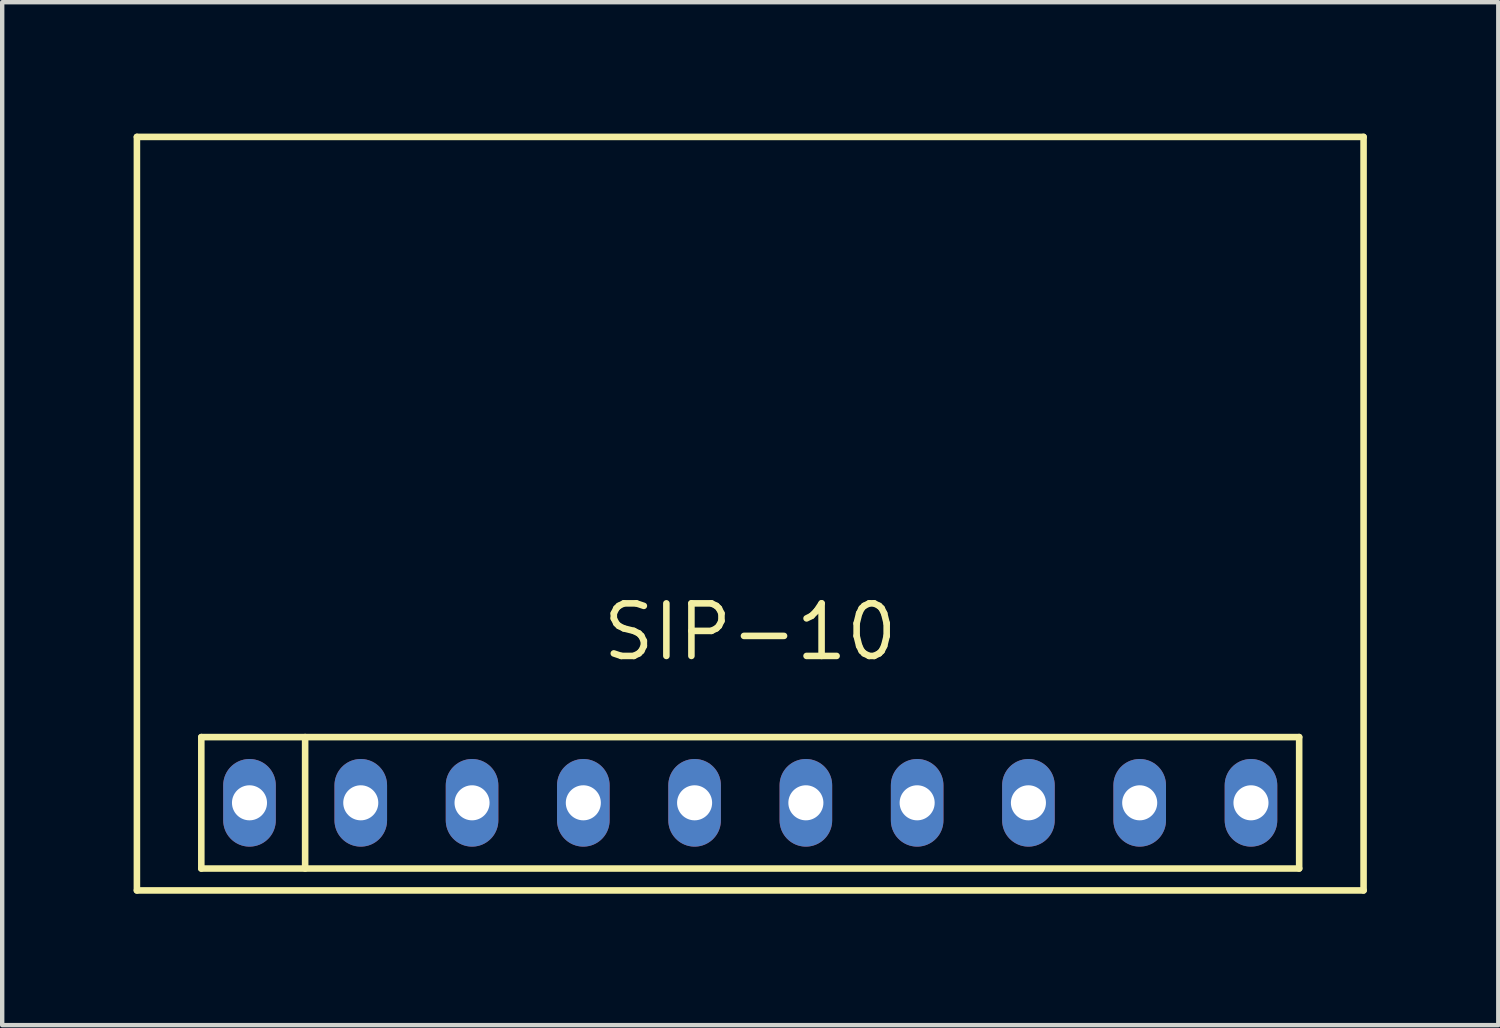
<source format=kicad_pcb>
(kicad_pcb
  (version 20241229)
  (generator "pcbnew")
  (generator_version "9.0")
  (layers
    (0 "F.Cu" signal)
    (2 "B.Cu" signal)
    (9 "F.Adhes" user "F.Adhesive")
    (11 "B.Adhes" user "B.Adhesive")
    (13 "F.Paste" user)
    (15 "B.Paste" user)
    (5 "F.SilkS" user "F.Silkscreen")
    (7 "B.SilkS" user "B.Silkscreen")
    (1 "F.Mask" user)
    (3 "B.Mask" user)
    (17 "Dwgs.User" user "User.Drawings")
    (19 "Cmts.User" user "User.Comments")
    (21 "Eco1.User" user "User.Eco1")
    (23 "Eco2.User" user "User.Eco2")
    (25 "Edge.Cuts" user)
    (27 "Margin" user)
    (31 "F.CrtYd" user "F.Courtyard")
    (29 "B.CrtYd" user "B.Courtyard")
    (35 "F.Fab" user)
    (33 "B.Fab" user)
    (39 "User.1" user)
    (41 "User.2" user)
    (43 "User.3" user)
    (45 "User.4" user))
  (footprint "SIP-10"
    (layer "F.Cu")
    (at 14.075 8.675)
    (property "Reference" "SIP-10" (at 0 2.7 0) (layer "F.SilkS") (effects (font (size 1.2 1.2) (thickness 0.15))))
    (attr through_hole)
    (fp_line (start -14 -8.6) (end -14 8.6) (stroke (width 0.15) (type solid)) (layer "F.SilkS"))
    (fp_line (start -14 8.6) (end 14 8.6) (stroke (width 0.15) (type solid)) (layer "F.SilkS"))
    (fp_line (start -12.53 5.1) (end 12.53 5.1) (stroke (width 0.15) (type solid)) (layer "F.SilkS"))
    (fp_line (start -12.53 8.1) (end -12.53 5.1) (stroke (width 0.15) (type solid)) (layer "F.SilkS"))
    (fp_line (start -10.16 5.1) (end -10.16 8.1) (stroke (width 0.15) (type solid)) (layer "F.SilkS"))
    (fp_line (start 12.53 5.1) (end 12.53 8.1) (stroke (width 0.15) (type solid)) (layer "F.SilkS"))
    (fp_line (start 12.53 8.1) (end -12.53 8.1) (stroke (width 0.15) (type solid)) (layer "F.SilkS"))
    (fp_line (start 14 -8.6) (end -14 -8.6) (stroke (width 0.15) (type solid)) (layer "F.SilkS"))
    (fp_line (start 14 8.6) (end 14 -8.6) (stroke (width 0.15) (type solid)) (layer "F.SilkS"))
    (pad "1" thru_hole oval (at -11.43 6.6) (size 1.2 2) (drill 0.8) (layers "*.Cu" "*.Mask"))
    (pad "2" thru_hole oval (at -8.89 6.6) (size 1.2 2) (drill 0.8) (layers "*.Cu" "*.Mask"))
    (pad "3" thru_hole oval (at -6.35 6.6) (size 1.2 2) (drill 0.8) (layers "*.Cu" "*.Mask"))
    (pad "4" thru_hole oval (at -3.81 6.6) (size 1.2 2) (drill 0.8) (layers "*.Cu" "*.Mask"))
    (pad "5" thru_hole oval (at -1.27 6.6) (size 1.2 2) (drill 0.8) (layers "*.Cu" "*.Mask"))
    (pad "6" thru_hole oval (at 1.27 6.6) (size 1.2 2) (drill 0.8) (layers "*.Cu" "*.Mask"))
    (pad "7" thru_hole oval (at 3.81 6.6) (size 1.2 2) (drill 0.8) (layers "*.Cu" "*.Mask"))
    (pad "8" thru_hole oval (at 6.35 6.6) (size 1.2 2) (drill 0.8) (layers "*.Cu" "*.Mask"))
    (pad "9" thru_hole oval (at 8.89 6.6) (size 1.2 2) (drill 0.8) (layers "*.Cu" "*.Mask"))
    (pad "10" thru_hole oval (at 11.43 6.6) (size 1.2 2) (drill 0.8) (layers "*.Cu" "*.Mask")))
  (gr_rect
    (start -3 -3)
    (end 31.15 20.35)
    (stroke (width 0.1) (type default))
    (fill no)
    (layer "Edge.Cuts")))
</source>
